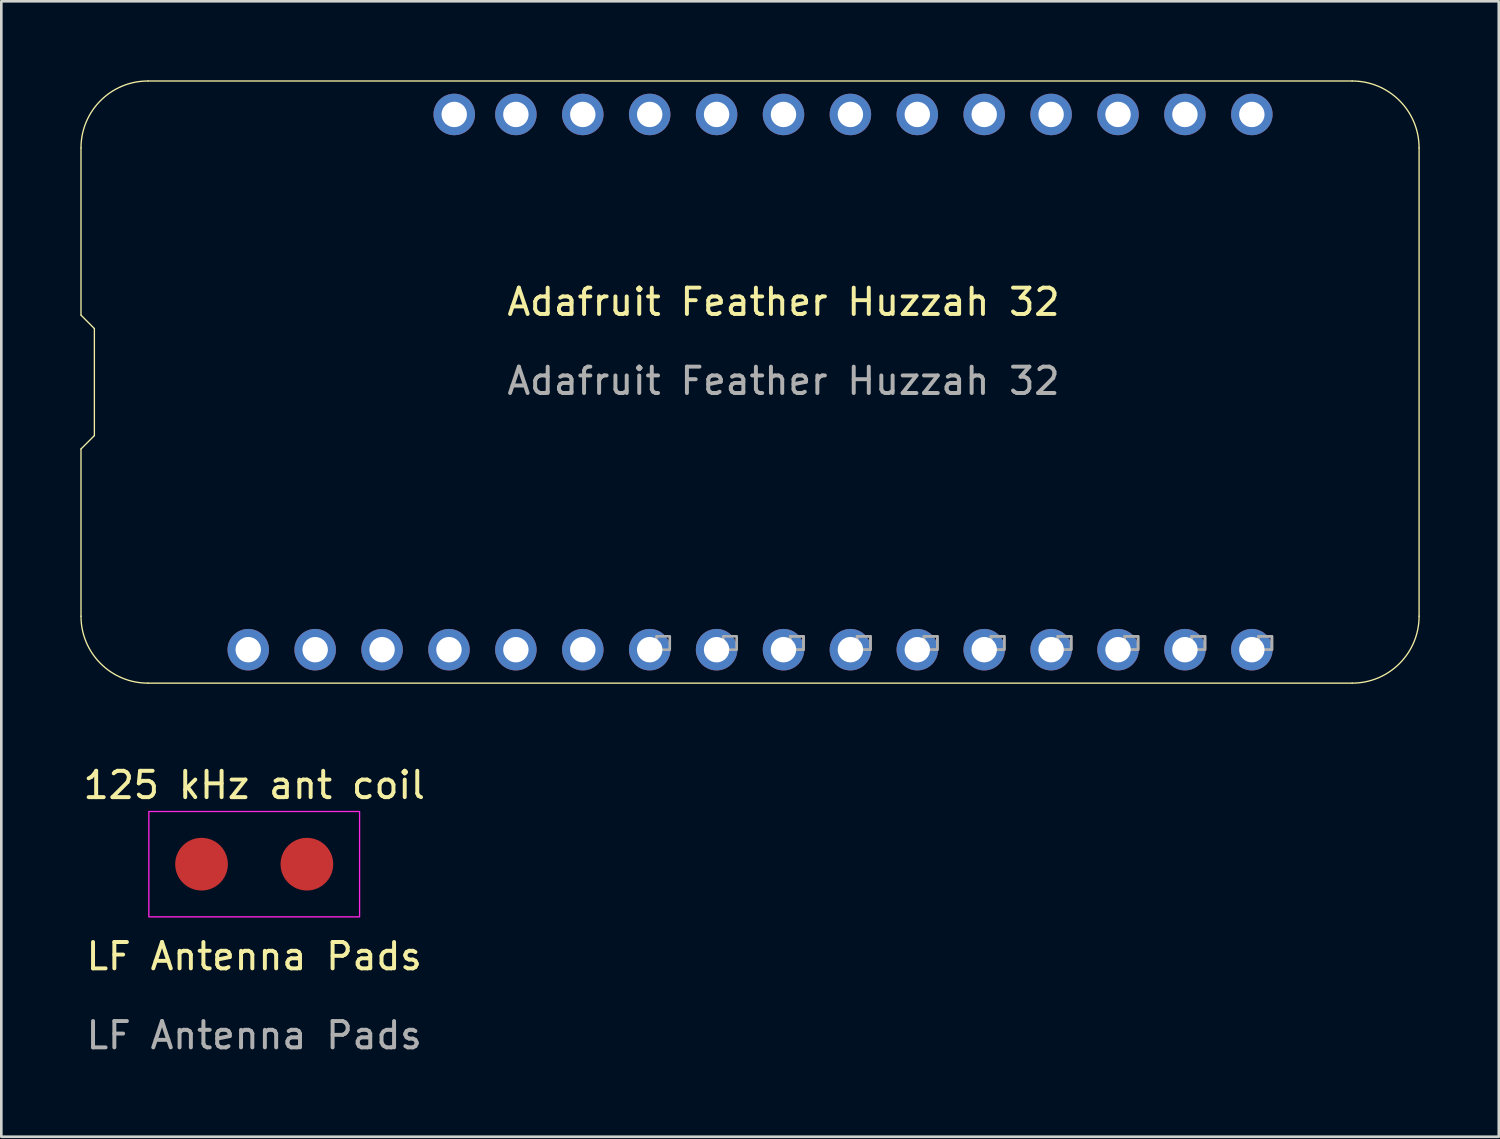
<source format=kicad_pcb>
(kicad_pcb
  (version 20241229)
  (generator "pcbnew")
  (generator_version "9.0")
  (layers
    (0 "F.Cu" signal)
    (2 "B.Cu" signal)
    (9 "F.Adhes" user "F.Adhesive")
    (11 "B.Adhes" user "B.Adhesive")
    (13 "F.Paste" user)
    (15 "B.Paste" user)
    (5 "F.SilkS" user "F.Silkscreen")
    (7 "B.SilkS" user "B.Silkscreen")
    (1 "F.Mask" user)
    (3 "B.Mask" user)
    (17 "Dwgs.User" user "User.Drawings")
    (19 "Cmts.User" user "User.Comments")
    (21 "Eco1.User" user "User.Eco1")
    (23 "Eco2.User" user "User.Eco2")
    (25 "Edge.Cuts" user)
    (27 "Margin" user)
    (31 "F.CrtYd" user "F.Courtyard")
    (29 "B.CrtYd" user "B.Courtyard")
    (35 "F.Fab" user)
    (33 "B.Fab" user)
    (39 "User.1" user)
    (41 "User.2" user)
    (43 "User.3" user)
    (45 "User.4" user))
  (footprint "Adafruit Feather Huzzah 32"
    (layer "F.Cu")
    (at 26.695 11.455)
    (property "Reference" "Adafruit Feather Huzzah 32" (at 0 -3.04 0) (unlocked yes) (layer "F.SilkS") (effects (font (size 1 1) (thickness 0.15))))
    (attr through_hole)
    (fp_line (start -26.67 -8.89) (end -26.67 -2.54) (stroke (width 0.05) (type solid)) (layer "F.SilkS"))
    (fp_line (start -26.67 -2.54) (end -26.162 -2.032) (stroke (width 0.05) (type solid)) (layer "F.SilkS"))
    (fp_line (start -26.67 2.54) (end -26.67 8.89) (stroke (width 0.05) (type solid)) (layer "F.SilkS"))
    (fp_line (start -26.162 -2.032) (end -26.162 2.032) (stroke (width 0.05) (type solid)) (layer "F.SilkS"))
    (fp_line (start -26.162 2.032) (end -26.67 2.54) (stroke (width 0.05) (type solid)) (layer "F.SilkS"))
    (fp_line (start -24.13 11.43) (end 21.59 11.43) (stroke (width 0.05) (type solid)) (layer "F.SilkS"))
    (fp_line (start 21.59 -11.43) (end -24.13 -11.43) (stroke (width 0.05) (type solid)) (layer "F.SilkS"))
    (fp_line (start 24.13 8.89) (end 24.13 -8.89) (stroke (width 0.05) (type solid)) (layer "F.SilkS"))
    (fp_arc (start -26.67 -8.89) (mid -25.926051 -10.686051) (end -24.13 -11.43) (stroke (width 0.05) (type solid)) (layer "F.SilkS"))
    (fp_arc (start -24.13 11.43) (mid -25.926051 10.686051) (end -26.67 8.89) (stroke (width 0.05) (type solid)) (layer "F.SilkS"))
    (fp_arc (start 21.59 -11.43) (mid 23.386051 -10.686051) (end 24.13 -8.89) (stroke (width 0.05) (type solid)) (layer "F.SilkS"))
    (fp_arc (start 24.13 8.89) (mid 23.386051 10.686051) (end 21.59 11.43) (stroke (width 0.05) (type solid)) (layer "F.SilkS"))
    (fp_poly (pts (xy -4.826 10.16) (xy -4.318 10.16) (xy -4.318 9.652) (xy -4.826 9.652)) (stroke (width 0.1) (type default)) (fill no) (layer "F.Fab"))
    (fp_poly (pts (xy -2.286 10.16) (xy -1.778 10.16) (xy -1.778 9.652) (xy -2.286 9.652)) (stroke (width 0.1) (type default)) (fill no) (layer "F.Fab"))
    (fp_poly (pts (xy 0.254 10.16) (xy 0.762 10.16) (xy 0.762 9.652) (xy 0.254 9.652)) (stroke (width 0.1) (type default)) (fill no) (layer "F.Fab"))
    (fp_poly (pts (xy 0.254 10.16) (xy 0.762 10.16) (xy 0.762 9.652) (xy 0.254 9.652)) (stroke (width 0.1) (type default)) (fill no) (layer "F.Fab"))
    (fp_poly (pts (xy 2.794 10.16) (xy 3.302 10.16) (xy 3.302 9.652) (xy 2.794 9.652)) (stroke (width 0.1) (type default)) (fill no) (layer "F.Fab"))
    (fp_poly (pts (xy 2.794 10.16) (xy 3.302 10.16) (xy 3.302 9.652) (xy 2.794 9.652)) (stroke (width 0.1) (type default)) (fill no) (layer "F.Fab"))
    (fp_poly (pts (xy 5.334 10.16) (xy 5.842 10.16) (xy 5.842 9.652) (xy 5.334 9.652)) (stroke (width 0.1) (type default)) (fill no) (layer "F.Fab"))
    (fp_poly (pts (xy 5.334 10.16) (xy 5.842 10.16) (xy 5.842 9.652) (xy 5.334 9.652)) (stroke (width 0.1) (type default)) (fill no) (layer "F.Fab"))
    (fp_poly (pts (xy 7.874 10.16) (xy 8.382 10.16) (xy 8.382 9.652) (xy 7.874 9.652)) (stroke (width 0.1) (type default)) (fill no) (layer "F.Fab"))
    (fp_poly (pts (xy 7.874 10.16) (xy 8.382 10.16) (xy 8.382 9.652) (xy 7.874 9.652)) (stroke (width 0.1) (type default)) (fill no) (layer "F.Fab"))
    (fp_poly (pts (xy 10.414 10.16) (xy 10.922 10.16) (xy 10.922 9.652) (xy 10.414 9.652)) (stroke (width 0.1) (type default)) (fill no) (layer "F.Fab"))
    (fp_poly (pts (xy 10.414 10.16) (xy 10.922 10.16) (xy 10.922 9.652) (xy 10.414 9.652)) (stroke (width 0.1) (type default)) (fill no) (layer "F.Fab"))
    (fp_poly (pts (xy 12.954 10.16) (xy 13.462 10.16) (xy 13.462 9.652) (xy 12.954 9.652)) (stroke (width 0.1) (type default)) (fill no) (layer "F.Fab"))
    (fp_poly (pts (xy 12.954 10.16) (xy 13.462 10.16) (xy 13.462 9.652) (xy 12.954 9.652)) (stroke (width 0.1) (type default)) (fill no) (layer "F.Fab"))
    (fp_poly (pts (xy 15.494 10.16) (xy 16.002 10.16) (xy 16.002 9.652) (xy 15.494 9.652)) (stroke (width 0.1) (type default)) (fill no) (layer "F.Fab"))
    (fp_poly (pts (xy 15.494 10.16) (xy 16.002 10.16) (xy 16.002 9.652) (xy 15.494 9.652)) (stroke (width 0.1) (type default)) (fill no) (layer "F.Fab"))
    (fp_poly (pts (xy 18.034 10.16) (xy 18.542 10.16) (xy 18.542 9.652) (xy 18.034 9.652)) (stroke (width 0.1) (type default)) (fill no) (layer "F.Fab"))
    (fp_poly (pts (xy 18.034 10.16) (xy 18.542 10.16) (xy 18.542 9.652) (xy 18.034 9.652)) (stroke (width 0.1) (type default)) (fill no) (layer "F.Fab"))
    (fp_text user "${REFERENCE}" (at 0 -0.04 0) (unlocked yes) (layer "F.Fab") (effects (font (size 1 1) (thickness 0.15))))
    (pad "1" thru_hole circle (at -20.32 10.16 270) (size 1.575 1.575) (drill 0.965) (layers "*.Cu" "*.Mask"))
    (pad "2" thru_hole circle (at -17.78 10.16 270) (size 1.575 1.575) (drill 0.965) (layers "*.Cu" "*.Mask"))
    (pad "3" thru_hole circle (at -15.24 10.16 270) (size 1.575 1.575) (drill 0.965) (layers "*.Cu" "*.Mask"))
    (pad "4" thru_hole circle (at -12.7 10.16 270) (size 1.575 1.575) (drill 0.965) (layers "*.Cu" "*.Mask"))
    (pad "5" thru_hole circle (at -10.16 10.16 270) (size 1.575 1.575) (drill 0.965) (layers "*.Cu" "*.Mask"))
    (pad "6" thru_hole circle (at -7.62 10.16 270) (size 1.575 1.575) (drill 0.965) (layers "*.Cu" "*.Mask"))
    (pad "7" thru_hole circle (at -5.08 10.16 270) (size 1.575 1.575) (drill 0.965) (layers "*.Cu" "*.Mask"))
    (pad "8" thru_hole circle (at -2.54 10.16 270) (size 1.575 1.575) (drill 0.965) (layers "*.Cu" "*.Mask"))
    (pad "9" thru_hole circle (at 0 10.16 270) (size 1.575 1.575) (drill 0.965) (layers "*.Cu" "*.Mask"))
    (pad "10" thru_hole circle (at 2.54 10.16 270) (size 1.575 1.575) (drill 0.965) (layers "*.Cu" "*.Mask"))
    (pad "11" thru_hole circle (at 5.08 10.16 270) (size 1.575 1.575) (drill 0.965) (layers "*.Cu" "*.Mask"))
    (pad "12" thru_hole circle (at 7.62 10.16 270) (size 1.575 1.575) (drill 0.965) (layers "*.Cu" "*.Mask"))
    (pad "13" thru_hole circle (at 10.16 10.16 270) (size 1.575 1.575) (drill 0.965) (layers "*.Cu" "*.Mask"))
    (pad "14" thru_hole circle (at 12.7 10.16 270) (size 1.575 1.575) (drill 0.965) (layers "*.Cu" "*.Mask"))
    (pad "15" thru_hole circle (at 15.24 10.16 270) (size 1.575 1.575) (drill 0.965) (layers "*.Cu" "*.Mask"))
    (pad "16" thru_hole circle (at 17.78 10.16 270) (size 1.575 1.575) (drill 0.965) (layers "*.Cu" "*.Mask"))
    (pad "17" thru_hole circle (at 17.78 -10.16 90) (size 1.575 1.575) (drill 0.965) (layers "*.Cu" "*.Mask"))
    (pad "18" thru_hole circle (at 15.24 -10.16 90) (size 1.575 1.575) (drill 0.965) (layers "*.Cu" "*.Mask"))
    (pad "19" thru_hole circle (at 12.7 -10.16 90) (size 1.575 1.575) (drill 0.965) (layers "*.Cu" "*.Mask"))
    (pad "20" thru_hole circle (at 10.16 -10.16 90) (size 1.575 1.575) (drill 0.965) (layers "*.Cu" "*.Mask"))
    (pad "21" thru_hole circle (at 7.62 -10.16 90) (size 1.575 1.575) (drill 0.965) (layers "*.Cu" "*.Mask"))
    (pad "22" thru_hole circle (at 5.08 -10.16 90) (size 1.575 1.575) (drill 0.965) (layers "*.Cu" "*.Mask"))
    (pad "23" thru_hole circle (at 2.54 -10.16 90) (size 1.575 1.575) (drill 0.965) (layers "*.Cu" "*.Mask"))
    (pad "24" thru_hole circle (at 0 -10.16 90) (size 1.575 1.575) (drill 0.965) (layers "*.Cu" "*.Mask"))
    (pad "25" thru_hole circle (at -2.54 -10.16 90) (size 1.575 1.575) (drill 0.965) (layers "*.Cu" "*.Mask"))
    (pad "26" thru_hole circle (at -5.08 -10.16 90) (size 1.575 1.575) (drill 0.965) (layers "*.Cu" "*.Mask"))
    (pad "27" thru_hole circle (at -7.62 -10.16 90) (size 1.575 1.575) (drill 0.965) (layers "*.Cu" "*.Mask"))
    (pad "28" thru_hole circle (at -10.16 -10.16 90) (size 1.575 1.575) (drill 0.965) (layers "*.Cu" "*.Mask"))
    (pad "Vin" thru_hole circle (at -12.5 -10.16 90) (size 1.575 1.575) (drill 0.965) (layers "*.Cu" "*.Mask")))
  (footprint "LF Antenna Pads"
    (layer "F.Cu")
    (at 6.601 32.758)
    (property "Reference" "LF Antenna Pads" (at 0 0.5 0) (unlocked yes) (layer "F.SilkS") (effects (font (size 1 1) (thickness 0.15))))
    (attr smd)
    (fp_rect (start -4 -5) (end 4 -1) (stroke (width 0.05) (type default)) (fill no) (layer "F.CrtYd"))
    (fp_text user "125 kHz ant coil" (at 0 -6 0) (unlocked yes) (layer "F.SilkS") (effects (font (size 1 1) (thickness 0.15))))
    (fp_text user "${REFERENCE}" (at 0 3.5 0) (unlocked yes) (layer "F.Fab") (effects (font (size 1 1) (thickness 0.15))))
    (pad "1" smd circle (at -2 -3) (size 2 2) (layers "F.Cu" "F.Mask" "F.Paste"))
    (pad "2" smd circle (at 2 -3) (size 2 2) (layers "F.Cu" "F.Mask" "F.Paste")))
  (gr_rect
    (start -3 -3)
    (end 53.85 40.106)
    (stroke (width 0.1) (type default))
    (fill no)
    (layer "Edge.Cuts")))
</source>
